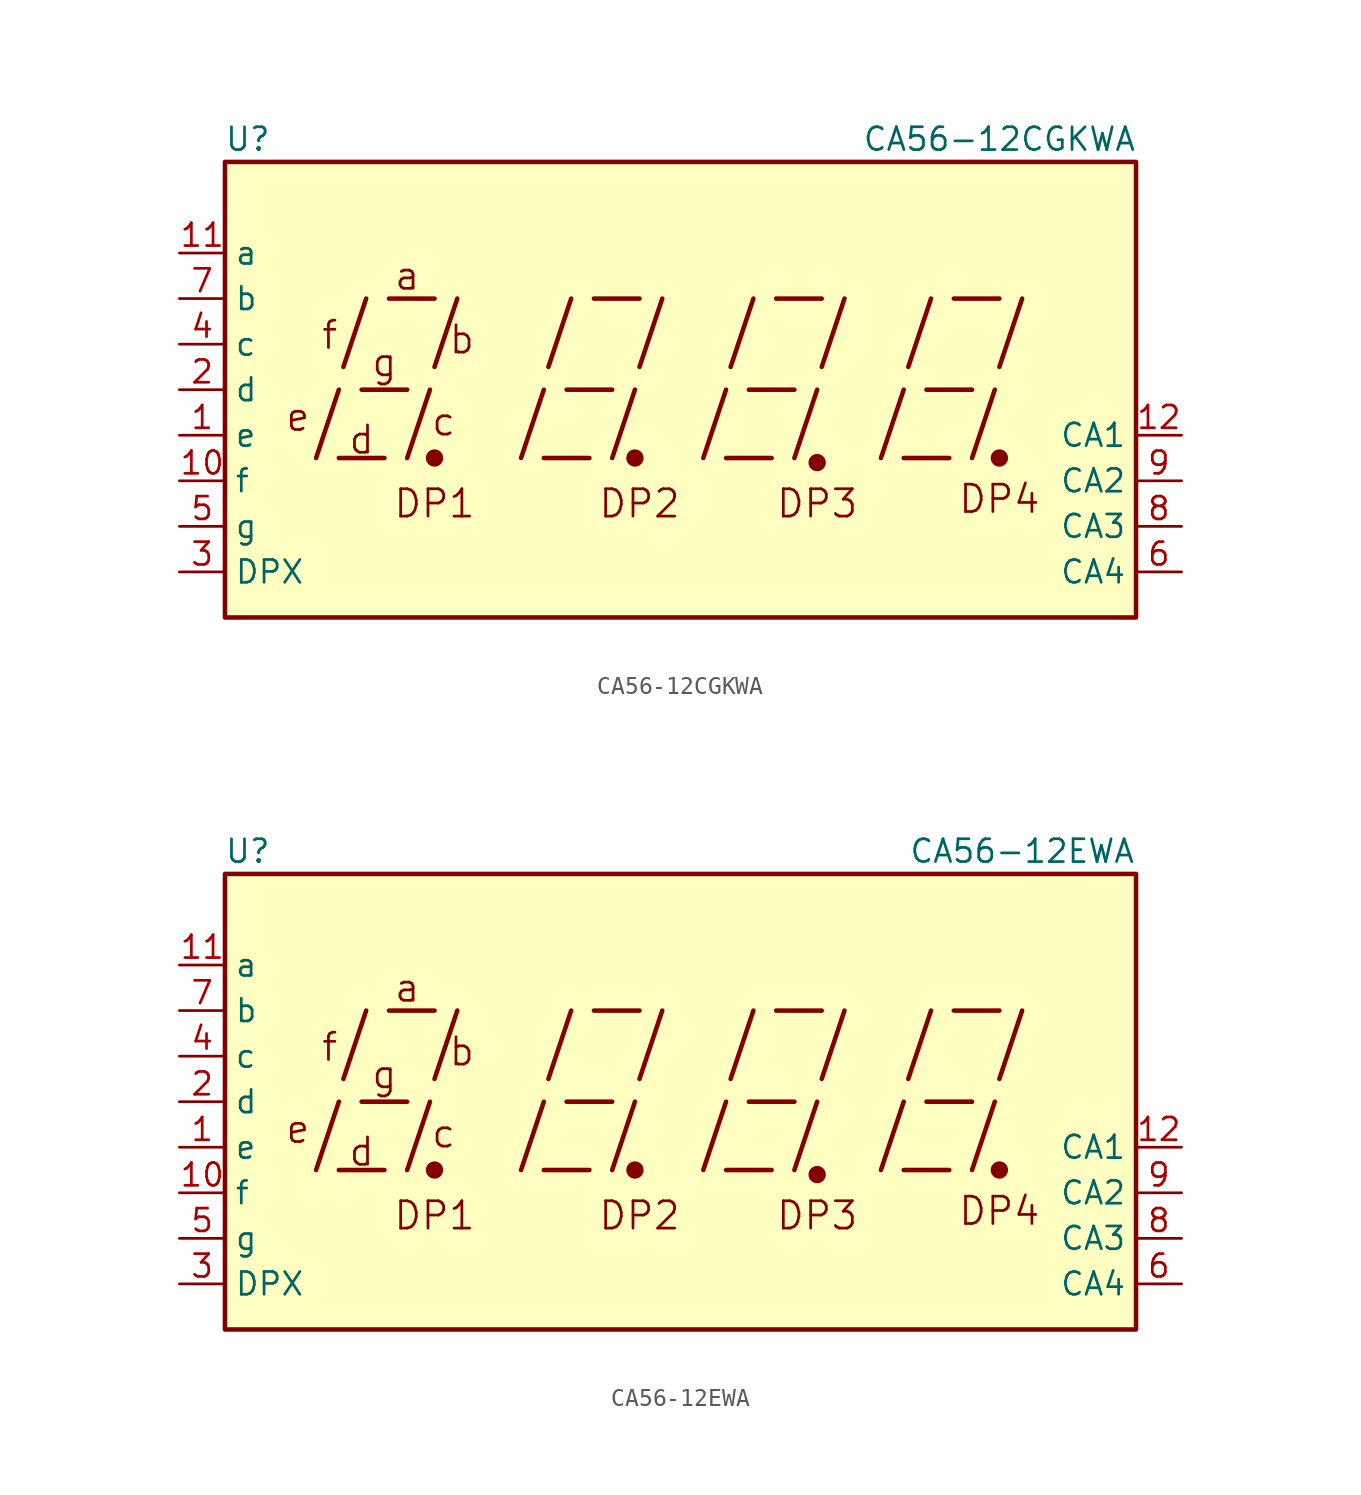
<source format=kicad_sym>
(kicad_symbol_lib
  (version 20200908)
  (generator kicad_symbol_editor)
  (symbol "Display_Character:CA56-12CGKWA"
    (property "Reference" "U"
      (at -24.13 13.97 0)
      (effects (font (size 1.27 1.27))))
    (property "Value" "CA56-12CGKWA"
      (at 17.78 13.97 0)
      (effects (font (size 1.27 1.27))))
    (symbol "CA56-12CGKWA_1_0"
      (circle (center 7.62 -4.064) (radius 0.356) (stroke (width 0.254)) (fill (type outline)))
      (circle (center 17.78 -3.81) (radius 0.356) (stroke (width 0.254)) (fill (type outline))))
    (symbol "CA56-12CGKWA_0_1"
      (circle (center -13.716 -3.81) (radius 0.356) (stroke (width 0.254)) (fill (type outline)))
      (circle (center -2.54 -3.81) (radius 0.356) (stroke (width 0.254)) (fill (type outline))))
    (symbol "CA56-12CGKWA_0_0"
      (text "a" (at -15.24 6.35 0) (effects (font (size 1.524 1.524))))
      (text "b" (at -12.192 2.794 0) (effects (font (size 1.524 1.524))))
      (text "c" (at -13.208 -1.778 0) (effects (font (size 1.524 1.524))))
      (text "d" (at -17.78 -2.794 0) (effects (font (size 1.524 1.524))))
      (text "DP1" (at -13.716 -6.35 0) (effects (font (size 1.524 1.524))))
      (text "DP2" (at -2.286 -6.35 0) (effects (font (size 1.524 1.524))))
      (text "DP3" (at 7.62 -6.35 0) (effects (font (size 1.524 1.524))))
      (text "DP4" (at 17.78 -6.096 0) (effects (font (size 1.524 1.524))))
      (text "e" (at -21.336 -1.524 0) (effects (font (size 1.524 1.524))))
      (text "f" (at -19.558 3.048 0) (effects (font (size 1.524 1.524))))
      (text "g" (at -16.51 1.524 0) (effects (font (size 1.524 1.524))))
      (rectangle (start -25.4 12.7) (end 25.4 -12.7) (stroke (width 0.254)) (fill (type background)))
      (polyline (pts (xy -20.32 -3.81) (xy -19.05 0)) (stroke (width 0.254)) (fill (type none)))
      (polyline (pts (xy -19.05 -3.81) (xy -16.51 -3.81)) (stroke (width 0.254)) (fill (type none)))
      (polyline (pts (xy -18.796 1.27) (xy -17.526 5.08)) (stroke (width 0.254)) (fill (type none)))
      (polyline (pts (xy -17.78 0) (xy -15.24 0)) (stroke (width 0.254)) (fill (type none)))
      (polyline (pts (xy -16.256 5.08) (xy -13.716 5.08)) (stroke (width 0.254)) (fill (type none)))
      (polyline (pts (xy -15.24 -3.81) (xy -13.97 0)) (stroke (width 0.254)) (fill (type none)))
      (polyline (pts (xy -13.716 1.27) (xy -12.446 5.08)) (stroke (width 0.254)) (fill (type none)))
      (polyline (pts (xy -8.89 -3.81) (xy -7.62 0)) (stroke (width 0.254)) (fill (type none)))
      (polyline (pts (xy -7.62 -3.81) (xy -5.08 -3.81)) (stroke (width 0.254)) (fill (type none)))
      (polyline (pts (xy -7.366 1.27) (xy -6.096 5.08)) (stroke (width 0.254)) (fill (type none)))
      (polyline (pts (xy -6.35 0) (xy -3.81 0)) (stroke (width 0.254)) (fill (type none)))
      (polyline (pts (xy -4.826 5.08) (xy -2.286 5.08)) (stroke (width 0.254)) (fill (type none)))
      (polyline (pts (xy -3.81 -3.81) (xy -2.54 0)) (stroke (width 0.254)) (fill (type none)))
      (polyline (pts (xy -2.286 1.27) (xy -1.016 5.08)) (stroke (width 0.254)) (fill (type none)))
      (polyline (pts (xy 1.27 -3.81) (xy 2.54 0)) (stroke (width 0.254)) (fill (type none)))
      (polyline (pts (xy 2.54 -3.81) (xy 5.08 -3.81)) (stroke (width 0.254)) (fill (type none)))
      (polyline (pts (xy 2.794 1.27) (xy 4.064 5.08)) (stroke (width 0.254)) (fill (type none)))
      (polyline (pts (xy 3.81 0) (xy 6.35 0)) (stroke (width 0.254)) (fill (type none)))
      (polyline (pts (xy 5.334 5.08) (xy 7.874 5.08)) (stroke (width 0.254)) (fill (type none)))
      (polyline (pts (xy 6.35 -3.81) (xy 7.62 0)) (stroke (width 0.254)) (fill (type none)))
      (polyline (pts (xy 7.874 1.27) (xy 9.144 5.08)) (stroke (width 0.254)) (fill (type none)))
      (polyline (pts (xy 11.176 -3.81) (xy 12.446 0)) (stroke (width 0.254)) (fill (type none)))
      (polyline (pts (xy 12.446 -3.81) (xy 14.986 -3.81)) (stroke (width 0.254)) (fill (type none)))
      (polyline (pts (xy 12.7 1.27) (xy 13.97 5.08)) (stroke (width 0.254)) (fill (type none)))
      (polyline (pts (xy 13.716 0) (xy 16.256 0)) (stroke (width 0.254)) (fill (type none)))
      (polyline (pts (xy 15.24 5.08) (xy 17.78 5.08)) (stroke (width 0.254)) (fill (type none)))
      (polyline (pts (xy 16.256 -3.81) (xy 17.526 0)) (stroke (width 0.254)) (fill (type none)))
      (polyline (pts (xy 17.78 1.27) (xy 19.05 5.08)) (stroke (width 0.254)) (fill (type none))))
    (symbol "CA56-12CGKWA_1_1"
      (pin input line (at -27.94 -2.54 0) (length 2.54) (name "e" (effects (font (size 1.27 1.27)))) (number "1" (effects (font (size 1.27 1.27)))))
      (pin input line (at -27.94 -5.08 0) (length 2.54) (name "f" (effects (font (size 1.27 1.27)))) (number "10" (effects (font (size 1.27 1.27)))))
      (pin input line (at -27.94 7.62 0) (length 2.54) (name "a" (effects (font (size 1.27 1.27)))) (number "11" (effects (font (size 1.27 1.27)))))
      (pin input line (at 27.94 -2.54 180) (length 2.54) (name "CA1" (effects (font (size 1.27 1.27)))) (number "12" (effects (font (size 1.27 1.27)))))
      (pin input line (at -27.94 0 0) (length 2.54) (name "d" (effects (font (size 1.27 1.27)))) (number "2" (effects (font (size 1.27 1.27)))))
      (pin input line (at -27.94 -10.16 0) (length 2.54) (name "DPX" (effects (font (size 1.27 1.27)))) (number "3" (effects (font (size 1.27 1.27)))))
      (pin input line (at -27.94 2.54 0) (length 2.54) (name "c" (effects (font (size 1.27 1.27)))) (number "4" (effects (font (size 1.27 1.27)))))
      (pin input line (at -27.94 -7.62 0) (length 2.54) (name "g" (effects (font (size 1.27 1.27)))) (number "5" (effects (font (size 1.27 1.27)))))
      (pin input line (at 27.94 -10.16 180) (length 2.54) (name "CA4" (effects (font (size 1.27 1.27)))) (number "6" (effects (font (size 1.27 1.27)))))
      (pin input line (at -27.94 5.08 0) (length 2.54) (name "b" (effects (font (size 1.27 1.27)))) (number "7" (effects (font (size 1.27 1.27)))))
      (pin input line (at 27.94 -7.62 180) (length 2.54) (name "CA3" (effects (font (size 1.27 1.27)))) (number "8" (effects (font (size 1.27 1.27)))))
      (pin input line (at 27.94 -5.08 180) (length 2.54) (name "CA2" (effects (font (size 1.27 1.27)))) (number "9" (effects (font (size 1.27 1.27)))))))
  (symbol "Display_Character:CA56-12EWA"
    (property "Reference" "U"
      (at -24.13 13.97 0)
      (effects (font (size 1.27 1.27))))
    (property "Value" "CA56-12EWA"
      (at 19.05 13.97 0)
      (effects (font (size 1.27 1.27))))
    (symbol "CA56-12EWA_1_0"
      (circle (center 7.62 -4.064) (radius 0.356) (stroke (width 0.254)) (fill (type outline)))
      (circle (center 17.78 -3.81) (radius 0.356) (stroke (width 0.254)) (fill (type outline))))
    (symbol "CA56-12EWA_0_1"
      (circle (center -13.716 -3.81) (radius 0.356) (stroke (width 0.254)) (fill (type outline)))
      (circle (center -2.54 -3.81) (radius 0.356) (stroke (width 0.254)) (fill (type outline))))
    (symbol "CA56-12EWA_0_0"
      (text "a" (at -15.24 6.35 0) (effects (font (size 1.524 1.524))))
      (text "b" (at -12.192 2.794 0) (effects (font (size 1.524 1.524))))
      (text "c" (at -13.208 -1.778 0) (effects (font (size 1.524 1.524))))
      (text "d" (at -17.78 -2.794 0) (effects (font (size 1.524 1.524))))
      (text "DP1" (at -13.716 -6.35 0) (effects (font (size 1.524 1.524))))
      (text "DP2" (at -2.286 -6.35 0) (effects (font (size 1.524 1.524))))
      (text "DP3" (at 7.62 -6.35 0) (effects (font (size 1.524 1.524))))
      (text "DP4" (at 17.78 -6.096 0) (effects (font (size 1.524 1.524))))
      (text "e" (at -21.336 -1.524 0) (effects (font (size 1.524 1.524))))
      (text "f" (at -19.558 3.048 0) (effects (font (size 1.524 1.524))))
      (text "g" (at -16.51 1.524 0) (effects (font (size 1.524 1.524))))
      (rectangle (start -25.4 12.7) (end 25.4 -12.7) (stroke (width 0.254)) (fill (type background)))
      (polyline (pts (xy -20.32 -3.81) (xy -19.05 0)) (stroke (width 0.254)) (fill (type none)))
      (polyline (pts (xy -19.05 -3.81) (xy -16.51 -3.81)) (stroke (width 0.254)) (fill (type none)))
      (polyline (pts (xy -18.796 1.27) (xy -17.526 5.08)) (stroke (width 0.254)) (fill (type none)))
      (polyline (pts (xy -17.78 0) (xy -15.24 0)) (stroke (width 0.254)) (fill (type none)))
      (polyline (pts (xy -16.256 5.08) (xy -13.716 5.08)) (stroke (width 0.254)) (fill (type none)))
      (polyline (pts (xy -15.24 -3.81) (xy -13.97 0)) (stroke (width 0.254)) (fill (type none)))
      (polyline (pts (xy -13.716 1.27) (xy -12.446 5.08)) (stroke (width 0.254)) (fill (type none)))
      (polyline (pts (xy -8.89 -3.81) (xy -7.62 0)) (stroke (width 0.254)) (fill (type none)))
      (polyline (pts (xy -7.62 -3.81) (xy -5.08 -3.81)) (stroke (width 0.254)) (fill (type none)))
      (polyline (pts (xy -7.366 1.27) (xy -6.096 5.08)) (stroke (width 0.254)) (fill (type none)))
      (polyline (pts (xy -6.35 0) (xy -3.81 0)) (stroke (width 0.254)) (fill (type none)))
      (polyline (pts (xy -4.826 5.08) (xy -2.286 5.08)) (stroke (width 0.254)) (fill (type none)))
      (polyline (pts (xy -3.81 -3.81) (xy -2.54 0)) (stroke (width 0.254)) (fill (type none)))
      (polyline (pts (xy -2.286 1.27) (xy -1.016 5.08)) (stroke (width 0.254)) (fill (type none)))
      (polyline (pts (xy 1.27 -3.81) (xy 2.54 0)) (stroke (width 0.254)) (fill (type none)))
      (polyline (pts (xy 2.54 -3.81) (xy 5.08 -3.81)) (stroke (width 0.254)) (fill (type none)))
      (polyline (pts (xy 2.794 1.27) (xy 4.064 5.08)) (stroke (width 0.254)) (fill (type none)))
      (polyline (pts (xy 3.81 0) (xy 6.35 0)) (stroke (width 0.254)) (fill (type none)))
      (polyline (pts (xy 5.334 5.08) (xy 7.874 5.08)) (stroke (width 0.254)) (fill (type none)))
      (polyline (pts (xy 6.35 -3.81) (xy 7.62 0)) (stroke (width 0.254)) (fill (type none)))
      (polyline (pts (xy 7.874 1.27) (xy 9.144 5.08)) (stroke (width 0.254)) (fill (type none)))
      (polyline (pts (xy 11.176 -3.81) (xy 12.446 0)) (stroke (width 0.254)) (fill (type none)))
      (polyline (pts (xy 12.446 -3.81) (xy 14.986 -3.81)) (stroke (width 0.254)) (fill (type none)))
      (polyline (pts (xy 12.7 1.27) (xy 13.97 5.08)) (stroke (width 0.254)) (fill (type none)))
      (polyline (pts (xy 13.716 0) (xy 16.256 0)) (stroke (width 0.254)) (fill (type none)))
      (polyline (pts (xy 15.24 5.08) (xy 17.78 5.08)) (stroke (width 0.254)) (fill (type none)))
      (polyline (pts (xy 16.256 -3.81) (xy 17.526 0)) (stroke (width 0.254)) (fill (type none)))
      (polyline (pts (xy 17.78 1.27) (xy 19.05 5.08)) (stroke (width 0.254)) (fill (type none))))
    (symbol "CA56-12EWA_1_1"
      (pin input line (at -27.94 -2.54 0) (length 2.54) (name "e" (effects (font (size 1.27 1.27)))) (number "1" (effects (font (size 1.27 1.27)))))
      (pin input line (at -27.94 -5.08 0) (length 2.54) (name "f" (effects (font (size 1.27 1.27)))) (number "10" (effects (font (size 1.27 1.27)))))
      (pin input line (at -27.94 7.62 0) (length 2.54) (name "a" (effects (font (size 1.27 1.27)))) (number "11" (effects (font (size 1.27 1.27)))))
      (pin input line (at 27.94 -2.54 180) (length 2.54) (name "CA1" (effects (font (size 1.27 1.27)))) (number "12" (effects (font (size 1.27 1.27)))))
      (pin input line (at -27.94 0 0) (length 2.54) (name "d" (effects (font (size 1.27 1.27)))) (number "2" (effects (font (size 1.27 1.27)))))
      (pin input line (at -27.94 -10.16 0) (length 2.54) (name "DPX" (effects (font (size 1.27 1.27)))) (number "3" (effects (font (size 1.27 1.27)))))
      (pin input line (at -27.94 2.54 0) (length 2.54) (name "c" (effects (font (size 1.27 1.27)))) (number "4" (effects (font (size 1.27 1.27)))))
      (pin input line (at -27.94 -7.62 0) (length 2.54) (name "g" (effects (font (size 1.27 1.27)))) (number "5" (effects (font (size 1.27 1.27)))))
      (pin input line (at 27.94 -10.16 180) (length 2.54) (name "CA4" (effects (font (size 1.27 1.27)))) (number "6" (effects (font (size 1.27 1.27)))))
      (pin input line (at -27.94 5.08 0) (length 2.54) (name "b" (effects (font (size 1.27 1.27)))) (number "7" (effects (font (size 1.27 1.27)))))
      (pin input line (at 27.94 -7.62 180) (length 2.54) (name "CA3" (effects (font (size 1.27 1.27)))) (number "8" (effects (font (size 1.27 1.27)))))
      (pin input line (at 27.94 -5.08 180) (length 2.54) (name "CA2" (effects (font (size 1.27 1.27)))) (number "9" (effects (font (size 1.27 1.27))))))))
</source>
